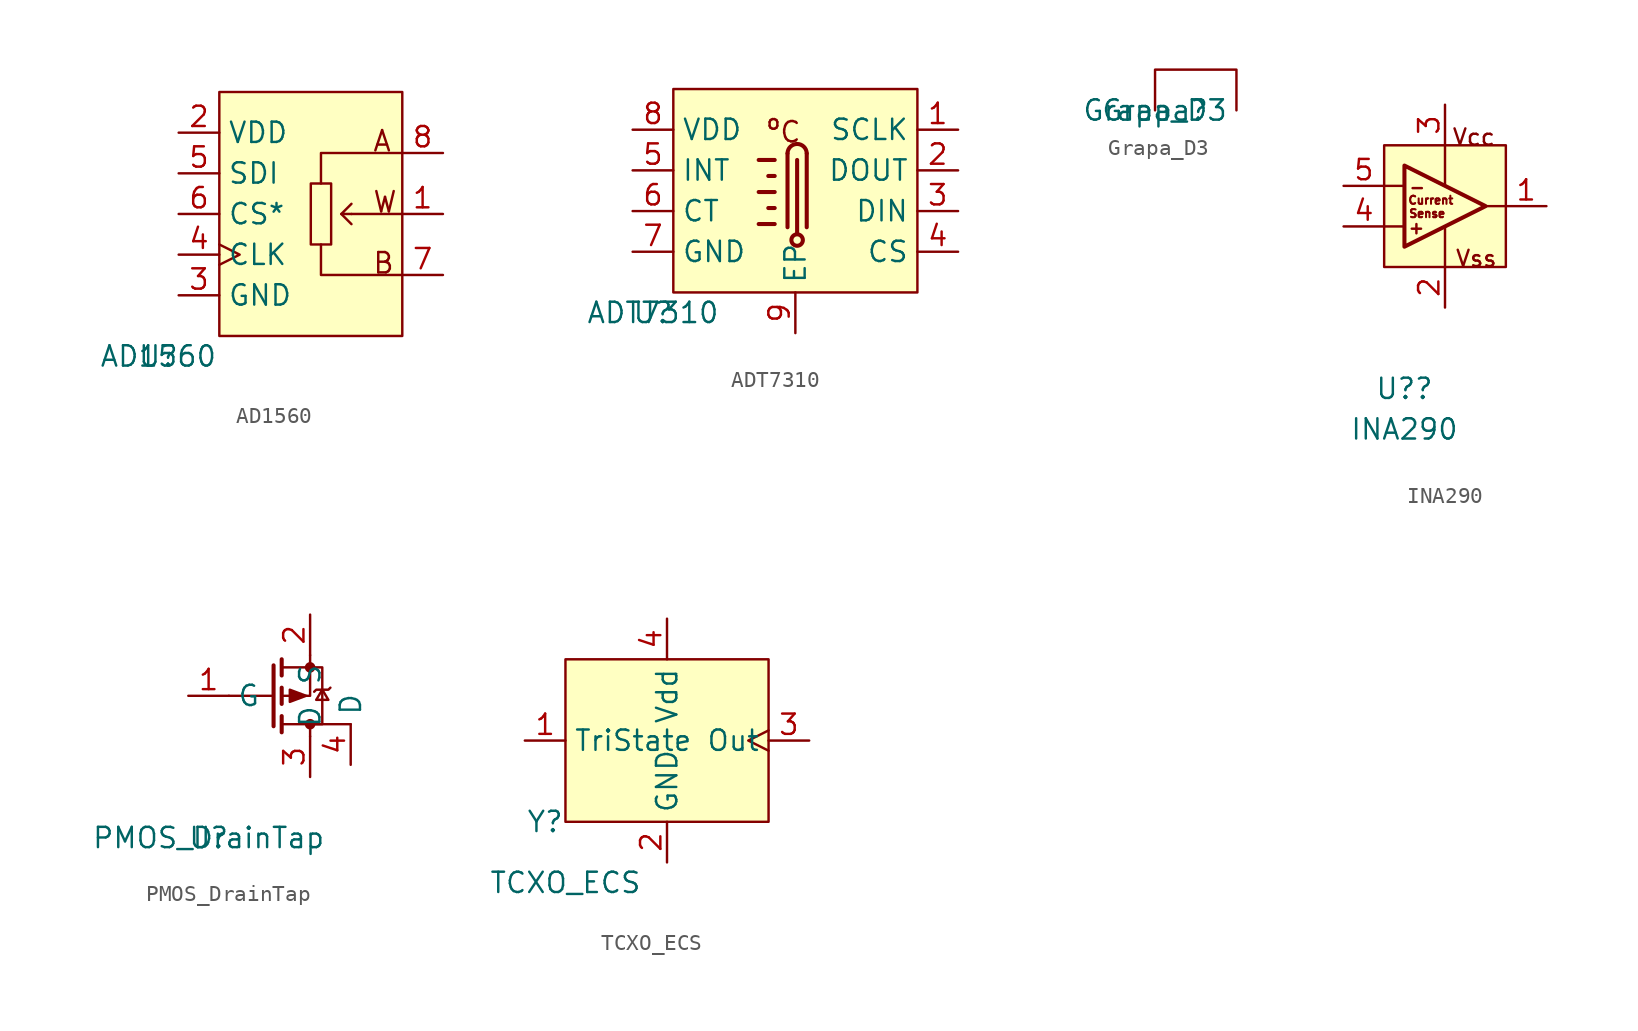
<source format=kicad_sym>
(kicad_symbol_lib
  (version 20211014)
  (generator kicad_symbol_editor)
  (symbol "AD1560"
    (property "Reference" "U"
      (at 0 0 0)
      (effects (font (size 1.27 1.27))))
    (property "Value" "AD1560"
      (at 0 0 0)
      (effects (font (size 1.27 1.27))))
    (symbol "AD1560_1_0"
      (polyline (pts (xy 11.43 8.89) (xy 12.065 8.255)) (stroke (width 0) (type default) (color 0 0 0 0)) (fill (type none)))
      (polyline (pts (xy 15.24 8.89) (xy 12.065 8.89)) (stroke (width 0) (type default) (color 0 0 0 0)) (fill (type none)))
      (polyline (pts (xy 12.065 8.89) (xy 11.43 8.89) (xy 12.065 9.525)) (stroke (width 0) (type default) (color 0 0 0 0)) (fill (type none)))
      (polyline (pts (xy 15.24 5.08) (xy 10.16 5.08) (xy 10.16 6.985)) (stroke (width 0) (type default) (color 0 0 0 0)) (fill (type none)))
      (polyline (pts (xy 15.24 12.7) (xy 10.16 12.7) (xy 10.16 10.795)) (stroke (width 0) (type default) (color 0 0 0 0)) (fill (type none)))
      (rectangle (start 3.81 16.51) (end 15.24 1.27) (stroke (width 0) (type default) (color 0 0 0 0)) (fill (type background)))
      (rectangle (start 9.525 10.795) (end 10.795 6.985) (stroke (width 0) (type default) (color 0 0 0 0)) (fill (type none)))
      (text "A" (at 13.335 12.7 0) (effects (font (size 1.27 1.27)) (justify left bottom)))
      (text "B" (at 13.335 5.08 0) (effects (font (size 1.27 1.27)) (justify left bottom)))
      (text "W" (at 13.335 8.89 0) (effects (font (size 1.27 1.27)) (justify left bottom)))
      (pin passive line (at 17.78 8.89 180) (length 2.54) (name "W" (effects (font (size 0 0)))) (number "1" (effects (font (size 1.27 1.27)))))
      (pin power_in line (at 1.27 13.97 0) (length 2.54) (name "VDD" (effects (font (size 1.27 1.27)))) (number "2" (effects (font (size 1.27 1.27)))))
      (pin passive line (at 1.27 3.81 0) (length 2.54) (name "GND" (effects (font (size 1.27 1.27)))) (number "3" (effects (font (size 1.27 1.27)))))
      (pin input clock (at 1.27 6.35 0) (length 2.54) (name "CLK" (effects (font (size 1.27 1.27)))) (number "4" (effects (font (size 1.27 1.27)))))
      (pin passive line (at 1.27 11.43 0) (length 2.54) (name "SDI" (effects (font (size 1.27 1.27)))) (number "5" (effects (font (size 1.27 1.27)))))
      (pin passive line (at 1.27 8.89 0) (length 2.54) (name "CS*" (effects (font (size 1.27 1.27)))) (number "6" (effects (font (size 1.27 1.27)))))
      (pin passive line (at 17.78 5.08 180) (length 2.54) (name "B" (effects (font (size 0 0)))) (number "7" (effects (font (size 1.27 1.27))))))
    (symbol "AD1560_1_1"
      (pin passive line (at 17.78 12.7 180) (length 2.54) (name "A" (effects (font (size 0 0)))) (number "8" (effects (font (size 1.27 1.27)))))))
  (symbol "ADT7310"
    (property "Reference" "U"
      (at 0 0 0)
      (effects (font (size 1.27 1.27))))
    (property "Value" "ADT7310"
      (at 0 0 0)
      (effects (font (size 1.27 1.27))))
    (symbol "ADT7310_1_0"
      (polyline (pts (xy 7.6 5.54) (xy 6.6 5.54)) (stroke (width 0.254) (type default) (color 0 0 0 0)) (fill (type none)))
      (polyline (pts (xy 7.6 6.54) (xy 7.2 6.54)) (stroke (width 0.254) (type default) (color 0 0 0 0)) (fill (type none)))
      (polyline (pts (xy 7.6 7.54) (xy 6.6 7.54)) (stroke (width 0.254) (type default) (color 0 0 0 0)) (fill (type none)))
      (polyline (pts (xy 7.6 8.54) (xy 7.2 8.54)) (stroke (width 0.254) (type default) (color 0 0 0 0)) (fill (type none)))
      (polyline (pts (xy 7.6 9.54) (xy 6.6 9.54)) (stroke (width 0.254) (type default) (color 0 0 0 0)) (fill (type none)))
      (polyline (pts (xy 8.4 5.34) (xy 8.4 9.94)) (stroke (width 0.254) (type default) (color 0 0 0 0)) (fill (type none)))
      (polyline (pts (xy 9 4.94) (xy 9 9.54)) (stroke (width 0.254) (type default) (color 0 0 0 0)) (fill (type none)))
      (polyline (pts (xy 9.6 5.34) (xy 9.6 9.94)) (stroke (width 0.254) (type default) (color 0 0 0 0)) (fill (type none)))
      (rectangle (start 1.27 13.97) (end 16.51 1.27) (stroke (width 0) (type default) (color 0 0 0 0)) (fill (type background)))
      (circle (center 9 4.54) (radius 0.358) (stroke (width 0.254) (type default) (color 0 0 0 0)) (fill (type none)))
      (arc (start 9.6003 9.958) (mid 8.9998 10.5405) (end 8.3997 9.9576) (stroke (width 0.254) (type default) (color 0 0 0 0)) (fill (type none)))
      (text "ºC" (at 7 10.54 0) (effects (font (size 1.27 1.27)) (justify left bottom)))
      (pin passive line (at 19.05 11.43 180) (length 2.54) (name "SCLK" (effects (font (size 1.27 1.27)))) (number "1" (effects (font (size 1.27 1.27)))))
      (pin passive line (at 19.05 8.89 180) (length 2.54) (name "DOUT" (effects (font (size 1.27 1.27)))) (number "2" (effects (font (size 1.27 1.27)))))
      (pin passive line (at 19.05 6.35 180) (length 2.54) (name "DIN" (effects (font (size 1.27 1.27)))) (number "3" (effects (font (size 1.27 1.27)))))
      (pin passive line (at 19.05 3.81 180) (length 2.54) (name "CS" (effects (font (size 1.27 1.27)))) (number "4" (effects (font (size 1.27 1.27)))))
      (pin passive line (at -1.27 8.89 0) (length 2.54) (name "INT" (effects (font (size 1.27 1.27)))) (number "5" (effects (font (size 1.27 1.27)))))
      (pin passive line (at -1.27 6.35 0) (length 2.54) (name "CT" (effects (font (size 1.27 1.27)))) (number "6" (effects (font (size 1.27 1.27)))))
      (pin passive line (at -1.27 3.81 0) (length 2.54) (name "GND" (effects (font (size 1.27 1.27)))) (number "7" (effects (font (size 1.27 1.27)))))
      (pin passive line (at -1.27 11.43 0) (length 2.54) (name "VDD" (effects (font (size 1.27 1.27)))) (number "8" (effects (font (size 1.27 1.27)))))
      (pin passive line (at 8.89 -1.27 90) (length 2.54) (name "EP" (effects (font (size 1.27 1.27)))) (number "9" (effects (font (size 1.27 1.27)))))))
  (symbol "Grapa_D3"
    (property "Reference" "Grapa"
      (at 0 0 0)
      (effects (font (size 1.27 1.27))))
    (property "Value" "Grapa_D3"
      (at 0 0 0)
      (effects (font (size 1.27 1.27))))
    (symbol "Grapa_D3_0_1"
      (polyline (pts (xy 0 0) (xy 0 2.54) (xy 5.08 2.54) (xy 5.08 0)) (stroke (width 0) (type default) (color 0 0 0 0)) (fill (type none)))))
  (symbol "INA290"
    (property "Reference" "U?"
      (at 1.27 -7.62 0)
      (effects (font (size 1.27 1.27))))
    (property "Value" "INA290"
      (at 1.27 -10.16 0)
      (effects (font (size 1.27 1.27))))
    (symbol "INA290_1_0"
      (polyline (pts (xy 0 2.54) (xy 1.27 2.54)) (stroke (width 0) (type default) (color 0 0 0 0)) (fill (type none)))
      (polyline (pts (xy 1.27 5.08) (xy 0 5.08)) (stroke (width 0) (type default) (color 0 0 0 0)) (fill (type none)))
      (polyline (pts (xy 3.81 0) (xy 3.81 2.54)) (stroke (width 0) (type default) (color 0 0 0 0)) (fill (type none)))
      (polyline (pts (xy 3.81 7.62) (xy 3.81 5.08)) (stroke (width 0) (type default) (color 0 0 0 0)) (fill (type none)))
      (polyline (pts (xy 7.62 3.81) (xy 6.35 3.81)) (stroke (width 0) (type default) (color 0 0 0 0)) (fill (type none)))
      (polyline (pts (xy 1.27 6.35) (xy 1.27 1.27) (xy 6.35 3.81) (xy 1.27 6.35)) (stroke (width 0.254) (type default) (color 0 0 0 0)) (fill (type none)))
      (rectangle (start 0 7.62) (end 7.62 0) (stroke (width 0) (type default) (color 0 0 0 0)) (fill (type background)))
      (text "+" (at 1.448 2.007 0) (effects (font (size 0.762 0.762)) (justify left bottom)))
      (text "-" (at 1.499 4.547 0) (effects (font (size 0.762 0.762)) (justify left bottom)))
      (text "Current" (at 1.448 3.886 0) (effects (font (size 0.508 0.508)) (justify left bottom)))
      (text "Sense" (at 1.499 3.048 0) (effects (font (size 0.508 0.508)) (justify left bottom)))
      (text "Vcc" (at 4.21 7.53 0) (effects (font (size 1.016 1.016)) (justify left bottom)))
      (text "Vss" (at 4.41 -0.07 0) (effects (font (size 1.016 1.016)) (justify left bottom)))
      (pin output line (at 10.16 3.81 180) (length 2.54) (name "OUT" (effects (font (size 0 0)))) (number "1" (effects (font (size 1.27 1.27)))))
      (pin passive line (at 3.81 -2.54 90) (length 2.54) (name "VSS" (effects (font (size 0 0)))) (number "2" (effects (font (size 1.27 1.27)))))
      (pin passive line (at 3.81 10.16 270) (length 2.54) (name "VCC" (effects (font (size 0 0)))) (number "3" (effects (font (size 1.27 1.27)))))
      (pin input line (at -2.54 2.54 0) (length 2.54) (name "IN+" (effects (font (size 0 0)))) (number "4" (effects (font (size 1.27 1.27)))))
      (pin input line (at -2.54 5.08 0) (length 2.54) (name "IN-" (effects (font (size 0 0)))) (number "5" (effects (font (size 1.27 1.27)))))))
  (symbol "PMOS_DrainTap"
    (property "Reference" "U"
      (at 0 0 0)
      (effects (font (size 1.27 1.27))))
    (property "Value" "PMOS_DrainTap"
      (at 0 0 0)
      (effects (font (size 1.27 1.27))))
    (symbol "PMOS_DrainTap_0_1"
      (polyline (pts (xy 4.064 8.89) (xy 1.27 8.89)) (stroke (width 0) (type default) (color 0 0 0 0)) (fill (type none)))
      (polyline (pts (xy 4.064 10.795) (xy 4.064 6.985)) (stroke (width 0.254) (type default) (color 0 0 0 0)) (fill (type none)))
      (polyline (pts (xy 4.572 7.62) (xy 4.572 6.604)) (stroke (width 0.254) (type default) (color 0 0 0 0)) (fill (type none)))
      (polyline (pts (xy 4.572 9.398) (xy 4.572 8.382)) (stroke (width 0.254) (type default) (color 0 0 0 0)) (fill (type none)))
      (polyline (pts (xy 4.572 11.176) (xy 4.572 10.16)) (stroke (width 0.254) (type default) (color 0 0 0 0)) (fill (type none)))
      (polyline (pts (xy 6.35 11.43) (xy 6.35 8.89) (xy 4.572 8.89)) (stroke (width 0) (type default) (color 0 0 0 0)) (fill (type none)))
      (polyline (pts (xy 8.89 7.112) (xy 6.35 7.112) (xy 6.35 6.35)) (stroke (width 0) (type default) (color 0 0 0 0)) (fill (type none)))
      (polyline (pts (xy 4.572 10.668) (xy 7.112 10.668) (xy 7.112 7.112) (xy 4.572 7.112)) (stroke (width 0) (type default) (color 0 0 0 0)) (fill (type none)))
      (polyline (pts (xy 6.096 8.89) (xy 5.08 9.271) (xy 5.08 8.509) (xy 6.096 8.89)) (stroke (width 0) (type default) (color 0 0 0 0)) (fill (type outline)))
      (polyline (pts (xy 6.604 9.144) (xy 6.731 9.271) (xy 7.493 9.271) (xy 7.62 9.398)) (stroke (width 0) (type default) (color 0 0 0 0)) (fill (type none)))
      (polyline (pts (xy 7.112 9.271) (xy 6.731 8.636) (xy 7.493 8.636) (xy 7.112 9.271)) (stroke (width 0) (type default) (color 0 0 0 0)) (fill (type none)))
      (circle (center 6.35 7.112) (radius 0.254) (stroke (width 0) (type default) (color 0 0 0 0)) (fill (type outline)))
      (circle (center 6.35 10.668) (radius 0.254) (stroke (width 0) (type default) (color 0 0 0 0)) (fill (type outline))))
    (symbol "PMOS_DrainTap_1_1"
      (pin input line (at -1.27 8.89 0) (length 2.54) (name "G" (effects (font (size 1.27 1.27)))) (number "1" (effects (font (size 1.27 1.27)))))
      (pin passive line (at 6.35 13.97 270) (length 2.54) (name "S" (effects (font (size 1.27 1.27)))) (number "2" (effects (font (size 1.27 1.27)))))
      (pin passive line (at 6.35 3.81 90) (length 2.54) (name "D" (effects (font (size 1.27 1.27)))) (number "3" (effects (font (size 1.27 1.27)))))
      (pin passive line (at 8.89 4.572 90) (length 2.54) (name "D" (effects (font (size 1.27 1.27)))) (number "4" (effects (font (size 1.27 1.27)))))))
  (symbol "TCXO_ECS"
    (property "Reference" "Y"
      (at -1.27 -3.81 0)
      (effects (font (size 1.27 1.27))))
    (property "Value" "TCXO_ECS"
      (at 0 -7.62 0)
      (effects (font (size 1.27 1.27))))
    (symbol "TCXO_ECS_1_0"
      (rectangle (start 0 6.35) (end 12.7 -3.81) (stroke (width 0) (type default) (color 0 0 0 0)) (fill (type background)))
      (pin input line (at -2.54 1.27 0) (length 2.54) (name "TriState" (effects (font (size 1.27 1.27)))) (number "1" (effects (font (size 1.27 1.27)))))
      (pin passive line (at 6.35 -6.35 90) (length 2.54) (name "GND" (effects (font (size 1.27 1.27)))) (number "2" (effects (font (size 1.27 1.27)))))
      (pin output clock (at 15.24 1.27 180) (length 2.54) (name "Out" (effects (font (size 1.27 1.27)))) (number "3" (effects (font (size 1.27 1.27)))))
      (pin passive line (at 6.35 8.89 270) (length 2.54) (name "Vdd" (effects (font (size 1.27 1.27)))) (number "4" (effects (font (size 1.27 1.27))))))))
</source>
